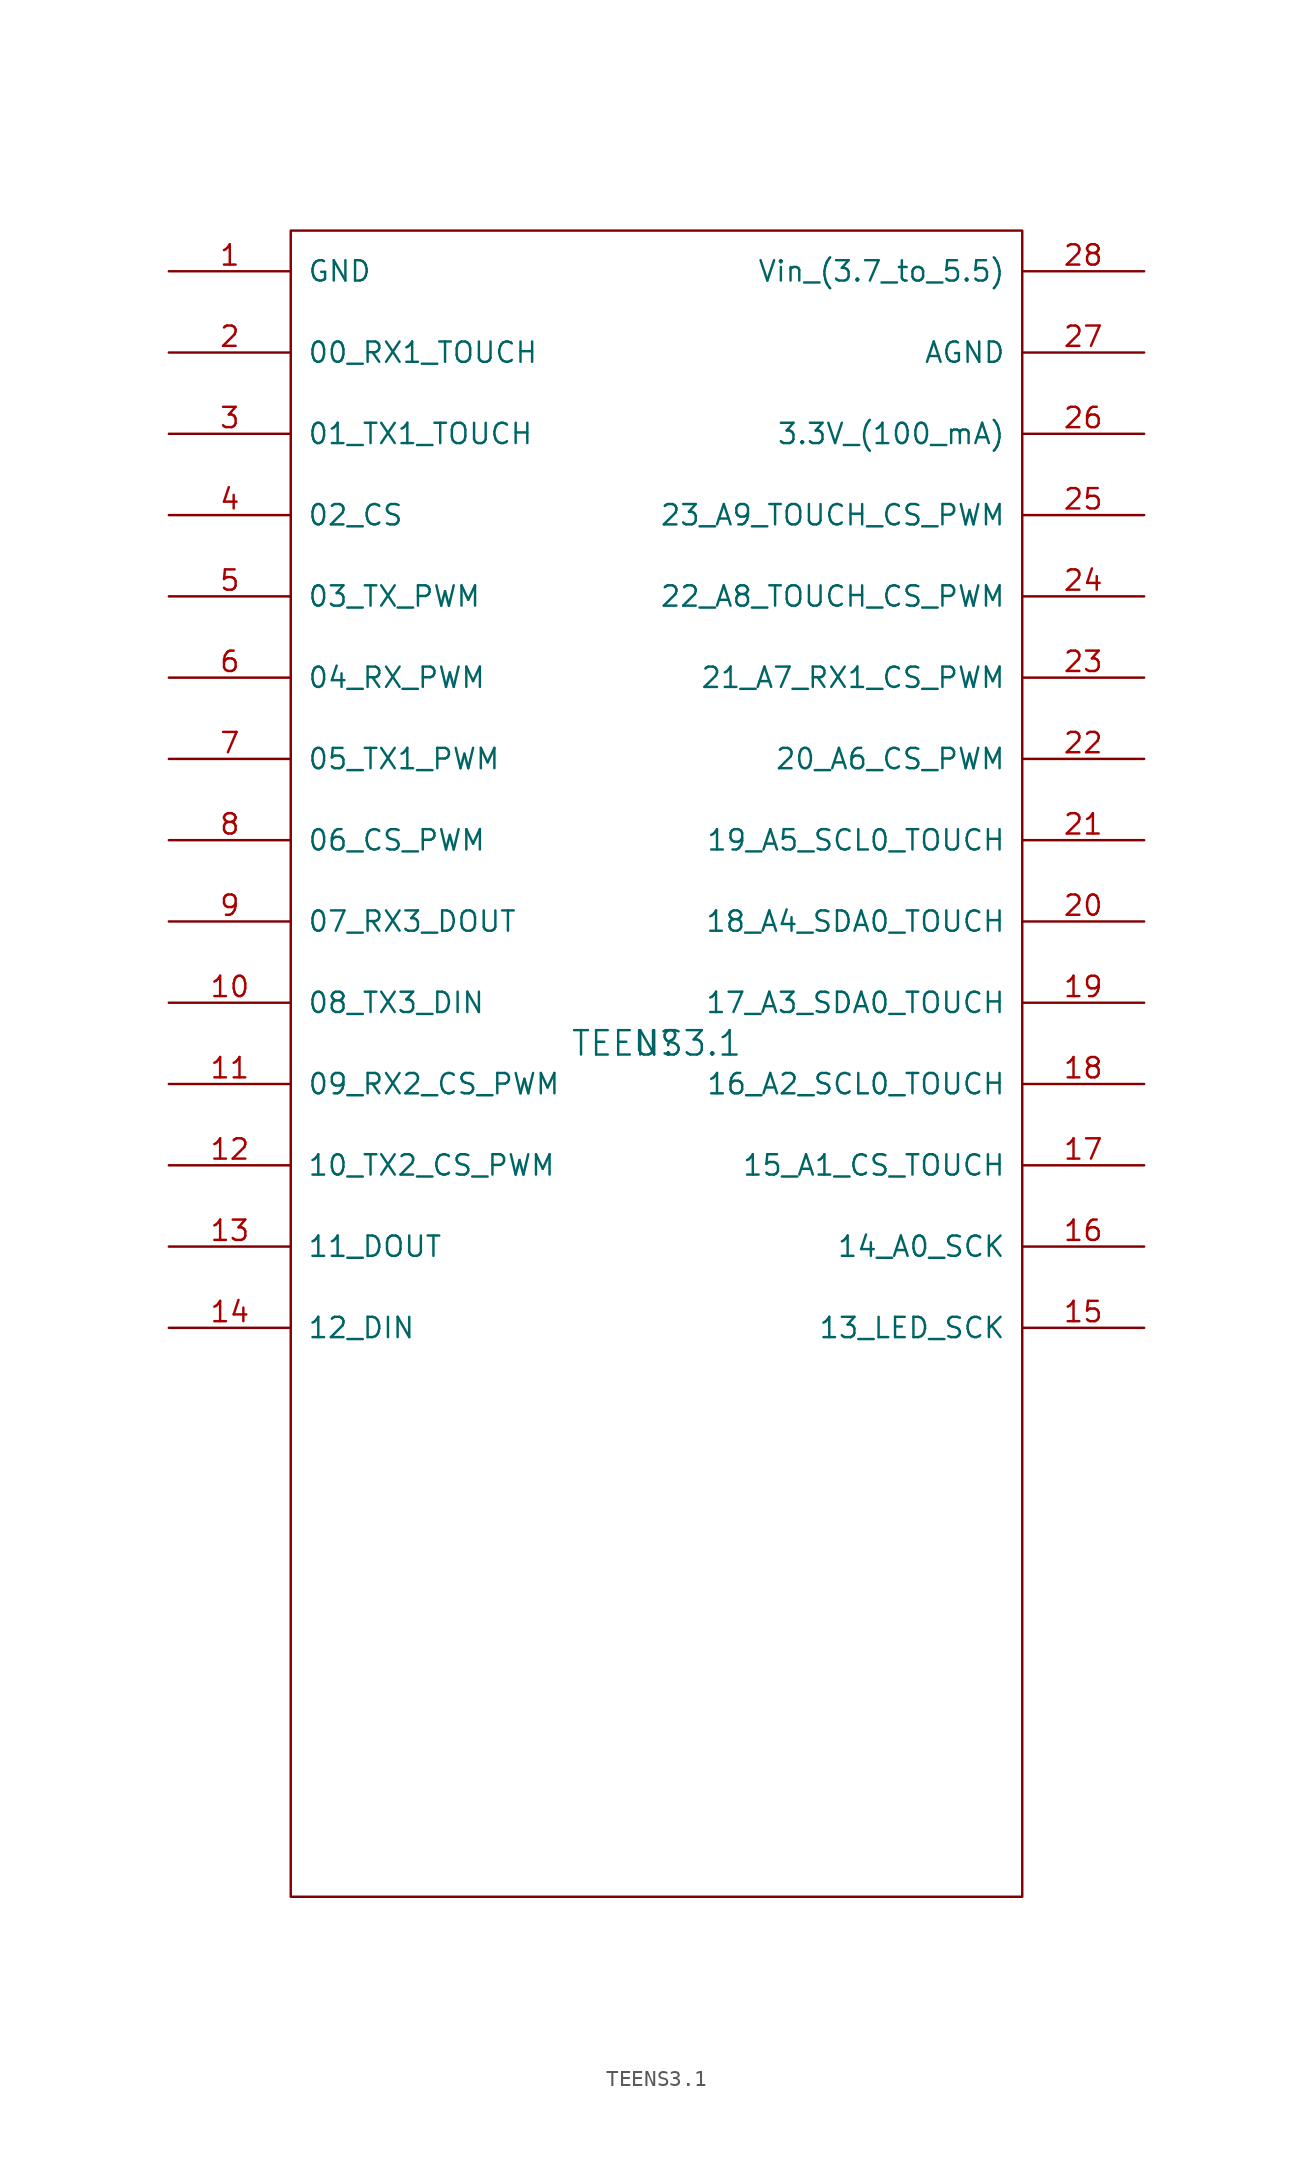
<source format=kicad_sym>
(kicad_symbol_lib
  (version 20211014)
  (generator kicad_symbol_editor)
  (symbol "TEENS3.1"
    (pin_names
      (offset 1.016))
    (property "Reference" "U"
      (at 0 0 0)
      (effects (font (size 1.524 1.524))))
    (property "Value" "TEENS3.1"
      (at 0 0 0)
      (effects (font (size 1.524 1.524))))
    (property "Footprint" ""
      (at 0 0 0)
      (effects (font (size 1.524 1.524))))
    (property "Datasheet" ""
      (at 0 0 0)
      (effects (font (size 1.524 1.524))))
    (symbol "TEENS3.1_0_1"
      (rectangle (start -22.86 50.8) (end 22.86 -53.34) (stroke (width 0) (type default) (color 0 0 0 0)) (fill (type none))))
    (symbol "TEENS3.1_1_1"
      (pin output line (at -30.48 48.26 0) (length 7.62) (name "GND" (effects (font (size 1.27 1.27)))) (number "1" (effects (font (size 1.27 1.27)))))
      (pin bidirectional line (at -30.48 2.54 0) (length 7.62) (name "08_TX3_DIN" (effects (font (size 1.27 1.27)))) (number "10" (effects (font (size 1.27 1.27)))))
      (pin bidirectional line (at -30.48 -2.54 0) (length 7.62) (name "09_RX2_CS_PWM" (effects (font (size 1.27 1.27)))) (number "11" (effects (font (size 1.27 1.27)))))
      (pin bidirectional line (at -30.48 -7.62 0) (length 7.62) (name "10_TX2_CS_PWM" (effects (font (size 1.27 1.27)))) (number "12" (effects (font (size 1.27 1.27)))))
      (pin bidirectional line (at -30.48 -12.7 0) (length 7.62) (name "11_DOUT" (effects (font (size 1.27 1.27)))) (number "13" (effects (font (size 1.27 1.27)))))
      (pin bidirectional line (at -30.48 -17.78 0) (length 7.62) (name "12_DIN" (effects (font (size 1.27 1.27)))) (number "14" (effects (font (size 1.27 1.27)))))
      (pin bidirectional line (at 30.48 -17.78 180) (length 7.62) (name "13_LED_SCK" (effects (font (size 1.27 1.27)))) (number "15" (effects (font (size 1.27 1.27)))))
      (pin bidirectional line (at 30.48 -12.7 180) (length 7.62) (name "14_A0_SCK" (effects (font (size 1.27 1.27)))) (number "16" (effects (font (size 1.27 1.27)))))
      (pin bidirectional line (at 30.48 -7.62 180) (length 7.62) (name "15_A1_CS_TOUCH" (effects (font (size 1.27 1.27)))) (number "17" (effects (font (size 1.27 1.27)))))
      (pin bidirectional line (at 30.48 -2.54 180) (length 7.62) (name "16_A2_SCL0_TOUCH" (effects (font (size 1.27 1.27)))) (number "18" (effects (font (size 1.27 1.27)))))
      (pin bidirectional line (at 30.48 2.54 180) (length 7.62) (name "17_A3_SDA0_TOUCH" (effects (font (size 1.27 1.27)))) (number "19" (effects (font (size 1.27 1.27)))))
      (pin bidirectional line (at -30.48 43.18 0) (length 7.62) (name "00_RX1_TOUCH" (effects (font (size 1.27 1.27)))) (number "2" (effects (font (size 1.27 1.27)))))
      (pin bidirectional line (at 30.48 7.62 180) (length 7.62) (name "18_A4_SDA0_TOUCH" (effects (font (size 1.27 1.27)))) (number "20" (effects (font (size 1.27 1.27)))))
      (pin bidirectional line (at 30.48 12.7 180) (length 7.62) (name "19_A5_SCL0_TOUCH" (effects (font (size 1.27 1.27)))) (number "21" (effects (font (size 1.27 1.27)))))
      (pin bidirectional line (at 30.48 17.78 180) (length 7.62) (name "20_A6_CS_PWM" (effects (font (size 1.27 1.27)))) (number "22" (effects (font (size 1.27 1.27)))))
      (pin bidirectional line (at 30.48 22.86 180) (length 7.62) (name "21_A7_RX1_CS_PWM" (effects (font (size 1.27 1.27)))) (number "23" (effects (font (size 1.27 1.27)))))
      (pin bidirectional line (at 30.48 27.94 180) (length 7.62) (name "22_A8_TOUCH_CS_PWM" (effects (font (size 1.27 1.27)))) (number "24" (effects (font (size 1.27 1.27)))))
      (pin bidirectional line (at 30.48 33.02 180) (length 7.62) (name "23_A9_TOUCH_CS_PWM" (effects (font (size 1.27 1.27)))) (number "25" (effects (font (size 1.27 1.27)))))
      (pin output line (at 30.48 38.1 180) (length 7.62) (name "3.3V_(100_mA)" (effects (font (size 1.27 1.27)))) (number "26" (effects (font (size 1.27 1.27)))))
      (pin bidirectional line (at 30.48 43.18 180) (length 7.62) (name "AGND" (effects (font (size 1.27 1.27)))) (number "27" (effects (font (size 1.27 1.27)))))
      (pin output line (at 30.48 48.26 180) (length 7.62) (name "Vin_(3.7_to_5.5)" (effects (font (size 1.27 1.27)))) (number "28" (effects (font (size 1.27 1.27)))))
      (pin bidirectional line (at -30.48 38.1 0) (length 7.62) (name "01_TX1_TOUCH" (effects (font (size 1.27 1.27)))) (number "3" (effects (font (size 1.27 1.27)))))
      (pin bidirectional line (at -30.48 33.02 0) (length 7.62) (name "02_CS" (effects (font (size 1.27 1.27)))) (number "4" (effects (font (size 1.27 1.27)))))
      (pin bidirectional line (at -30.48 27.94 0) (length 7.62) (name "03_TX_PWM" (effects (font (size 1.27 1.27)))) (number "5" (effects (font (size 1.27 1.27)))))
      (pin bidirectional line (at -30.48 22.86 0) (length 7.62) (name "04_RX_PWM" (effects (font (size 1.27 1.27)))) (number "6" (effects (font (size 1.27 1.27)))))
      (pin bidirectional line (at -30.48 17.78 0) (length 7.62) (name "05_TX1_PWM" (effects (font (size 1.27 1.27)))) (number "7" (effects (font (size 1.27 1.27)))))
      (pin bidirectional line (at -30.48 12.7 0) (length 7.62) (name "06_CS_PWM" (effects (font (size 1.27 1.27)))) (number "8" (effects (font (size 1.27 1.27)))))
      (pin bidirectional line (at -30.48 7.62 0) (length 7.62) (name "07_RX3_DOUT" (effects (font (size 1.27 1.27)))) (number "9" (effects (font (size 1.27 1.27))))))))
</source>
